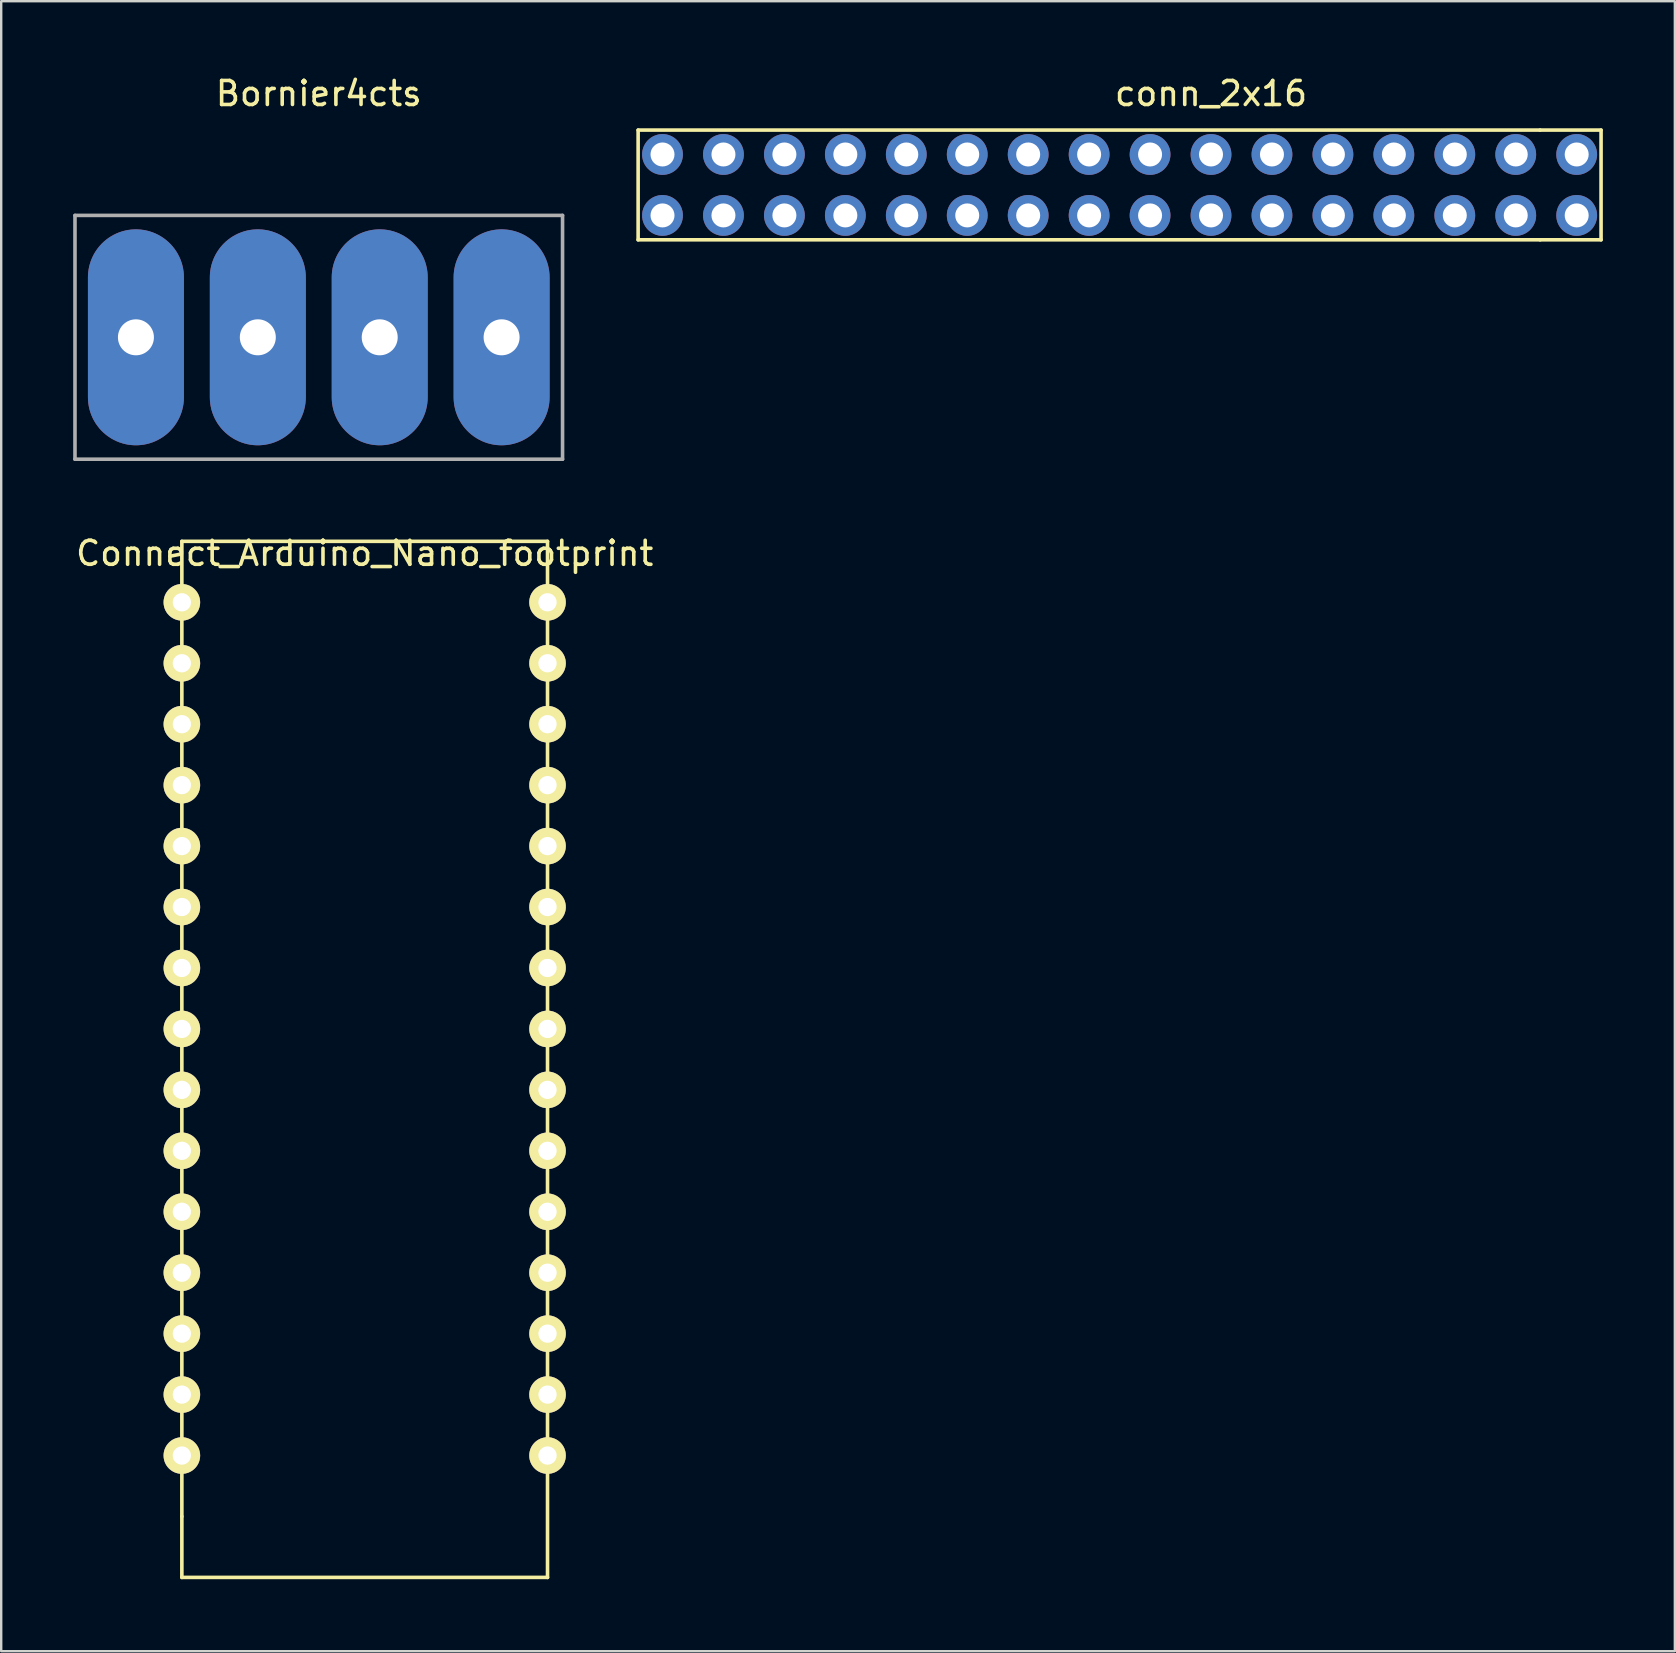
<source format=kicad_pcb>
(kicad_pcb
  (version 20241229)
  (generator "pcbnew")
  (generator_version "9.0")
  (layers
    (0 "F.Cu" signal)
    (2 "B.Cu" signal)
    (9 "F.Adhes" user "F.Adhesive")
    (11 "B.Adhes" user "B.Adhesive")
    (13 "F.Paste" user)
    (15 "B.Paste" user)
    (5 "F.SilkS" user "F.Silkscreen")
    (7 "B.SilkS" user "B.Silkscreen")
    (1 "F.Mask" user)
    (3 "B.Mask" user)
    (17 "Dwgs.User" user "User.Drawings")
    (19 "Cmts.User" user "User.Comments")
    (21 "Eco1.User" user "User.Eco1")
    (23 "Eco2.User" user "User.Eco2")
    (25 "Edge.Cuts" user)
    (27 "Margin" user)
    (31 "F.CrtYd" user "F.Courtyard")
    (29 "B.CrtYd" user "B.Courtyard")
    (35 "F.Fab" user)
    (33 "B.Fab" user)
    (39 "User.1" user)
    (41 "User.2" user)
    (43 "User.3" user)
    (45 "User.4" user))
  (footprint "Connect_Arduino_Nano_footprint"
    (layer "F.Cu")
    (at 12.149 19.512)
    (property "Reference" "Connect_Arduino_Nano_footprint" (at 0 0.5 0) (layer "F.SilkS") (effects (font (size 1 1) (thickness 0.15))))
    (attr through_hole)
    (fp_line (start -7.62 0) (end 7.62 0) (stroke (width 0.15) (type solid)) (layer "F.SilkS"))
    (fp_line (start -7.62 40.64) (end -7.62 0) (stroke (width 0.15) (type solid)) (layer "F.SilkS"))
    (fp_line (start -7.62 43.18) (end -7.62 40.64) (stroke (width 0.15) (type solid)) (layer "F.SilkS"))
    (fp_line (start 7.62 0) (end 7.62 43.18) (stroke (width 0.15) (type solid)) (layer "F.SilkS"))
    (fp_line (start 7.62 43.18) (end -7.62 43.18) (stroke (width 0.15) (type solid)) (layer "F.SilkS"))
    (pad "1" thru_hole circle (at -7.62 2.54) (size 1.524 1.524) (drill 0.762) (layers "*.Cu" "*.Mask" "F.SilkS"))
    (pad "2" thru_hole circle (at -7.62 5.08) (size 1.524 1.524) (drill 0.762) (layers "*.Cu" "*.Mask" "F.SilkS"))
    (pad "3" thru_hole circle (at -7.62 7.62) (size 1.524 1.524) (drill 0.762) (layers "*.Cu" "*.Mask" "F.SilkS"))
    (pad "4" thru_hole circle (at -7.62 10.16) (size 1.524 1.524) (drill 0.762) (layers "*.Cu" "*.Mask" "F.SilkS"))
    (pad "5" thru_hole circle (at -7.62 12.7) (size 1.524 1.524) (drill 0.762) (layers "*.Cu" "*.Mask" "F.SilkS"))
    (pad "6" thru_hole circle (at -7.62 15.24) (size 1.524 1.524) (drill 0.762) (layers "*.Cu" "*.Mask" "F.SilkS"))
    (pad "7" thru_hole circle (at -7.62 17.78) (size 1.524 1.524) (drill 0.762) (layers "*.Cu" "*.Mask" "F.SilkS"))
    (pad "8" thru_hole circle (at -7.62 20.32) (size 1.524 1.524) (drill 0.762) (layers "*.Cu" "*.Mask" "F.SilkS"))
    (pad "9" thru_hole circle (at -7.62 22.86) (size 1.524 1.524) (drill 0.762) (layers "*.Cu" "*.Mask" "F.SilkS"))
    (pad "10" thru_hole circle (at -7.62 25.4) (size 1.524 1.524) (drill 0.762) (layers "*.Cu" "*.Mask" "F.SilkS"))
    (pad "11" thru_hole circle (at -7.62 27.94) (size 1.524 1.524) (drill 0.762) (layers "*.Cu" "*.Mask" "F.SilkS"))
    (pad "12" thru_hole circle (at -7.62 30.48) (size 1.524 1.524) (drill 0.762) (layers "*.Cu" "*.Mask" "F.SilkS"))
    (pad "13" thru_hole circle (at -7.62 33.02) (size 1.524 1.524) (drill 0.762) (layers "*.Cu" "*.Mask" "F.SilkS"))
    (pad "14" thru_hole circle (at -7.62 35.56) (size 1.524 1.524) (drill 0.762) (layers "*.Cu" "*.Mask" "F.SilkS"))
    (pad "15" thru_hole circle (at -7.62 38.1) (size 1.524 1.524) (drill 0.762) (layers "*.Cu" "*.Mask" "F.SilkS"))
    (pad "18" thru_hole circle (at 7.62 38.1) (size 1.524 1.524) (drill 0.762) (layers "*.Cu" "*.Mask" "F.SilkS"))
    (pad "19" thru_hole circle (at 7.62 35.56) (size 1.524 1.524) (drill 0.762) (layers "*.Cu" "*.Mask" "F.SilkS"))
    (pad "20" thru_hole circle (at 7.62 33.02) (size 1.524 1.524) (drill 0.762) (layers "*.Cu" "*.Mask" "F.SilkS"))
    (pad "21" thru_hole circle (at 7.62 30.48) (size 1.524 1.524) (drill 0.762) (layers "*.Cu" "*.Mask" "F.SilkS"))
    (pad "22" thru_hole circle (at 7.62 27.94) (size 1.524 1.524) (drill 0.762) (layers "*.Cu" "*.Mask" "F.SilkS"))
    (pad "23" thru_hole circle (at 7.62 25.4) (size 1.524 1.524) (drill 0.762) (layers "*.Cu" "*.Mask" "F.SilkS"))
    (pad "24" thru_hole circle (at 7.62 22.86) (size 1.524 1.524) (drill 0.762) (layers "*.Cu" "*.Mask" "F.SilkS"))
    (pad "25" thru_hole circle (at 7.62 20.32) (size 1.524 1.524) (drill 0.762) (layers "*.Cu" "*.Mask" "F.SilkS"))
    (pad "26" thru_hole circle (at 7.62 17.78) (size 1.524 1.524) (drill 0.762) (layers "*.Cu" "*.Mask" "F.SilkS"))
    (pad "27" thru_hole circle (at 7.62 15.24) (size 1.524 1.524) (drill 0.762) (layers "*.Cu" "*.Mask" "F.SilkS"))
    (pad "28" thru_hole circle (at 7.62 12.7) (size 1.524 1.524) (drill 0.762) (layers "*.Cu" "*.Mask" "F.SilkS"))
    (pad "29" thru_hole circle (at 7.62 10.16) (size 1.524 1.524) (drill 0.762) (layers "*.Cu" "*.Mask" "F.SilkS"))
    (pad "30" thru_hole circle (at 7.62 7.62) (size 1.524 1.524) (drill 0.762) (layers "*.Cu" "*.Mask" "F.SilkS"))
    (pad "31" thru_hole circle (at 7.62 5.08) (size 1.524 1.524) (drill 0.762) (layers "*.Cu" "*.Mask" "F.SilkS"))
    (pad "32" thru_hole circle (at 7.62 2.54) (size 1.524 1.524) (drill 0.762) (layers "*.Cu" "*.Mask" "F.SilkS")))
  (footprint "conn_2x16"
    (layer "F.Cu")
    (at 44.881 5.928)
    (property "Reference" "conn_2x16" (at 2.54 -5.08 0) (layer "F.SilkS") (effects (font (size 1 1) (thickness 0.15))))
    (attr through_hole)
    (fp_line (start -21.336 -3.556) (end 16.256 -3.556) (stroke (width 0.15) (type solid)) (layer "F.SilkS"))
    (fp_line (start -21.336 1.016) (end -21.336 -3.556) (stroke (width 0.15) (type solid)) (layer "F.SilkS"))
    (fp_line (start 16.256 -3.556) (end 18.796 -3.556) (stroke (width 0.15) (type solid)) (layer "F.SilkS"))
    (fp_line (start 16.256 1.016) (end -21.336 1.016) (stroke (width 0.15) (type solid)) (layer "F.SilkS"))
    (fp_line (start 18.796 -3.556) (end 18.796 1.016) (stroke (width 0.15) (type solid)) (layer "F.SilkS"))
    (fp_line (start 18.796 1.016) (end 16.256 1.016) (stroke (width 0.15) (type solid)) (layer "F.SilkS"))
    (pad "1" thru_hole circle (at -20.32 -2.54) (size 1.7 1.7) (drill 1) (layers "*.Cu" "*.Mask"))
    (pad "2" thru_hole circle (at -20.32 0) (size 1.7 1.7) (drill 1) (layers "*.Cu" "*.Mask"))
    (pad "3" thru_hole circle (at -17.78 -2.54) (size 1.7 1.7) (drill 1) (layers "*.Cu" "*.Mask"))
    (pad "4" thru_hole circle (at -17.78 0) (size 1.7 1.7) (drill 1) (layers "*.Cu" "*.Mask"))
    (pad "5" thru_hole circle (at -15.24 -2.54) (size 1.7 1.7) (drill 1) (layers "*.Cu" "*.Mask"))
    (pad "6" thru_hole circle (at -15.24 0) (size 1.7 1.7) (drill 1) (layers "*.Cu" "*.Mask"))
    (pad "7" thru_hole circle (at -12.7 -2.54) (size 1.7 1.7) (drill 1) (layers "*.Cu" "*.Mask"))
    (pad "8" thru_hole circle (at -12.7 0) (size 1.7 1.7) (drill 1) (layers "*.Cu" "*.Mask"))
    (pad "9" thru_hole circle (at -10.16 -2.54) (size 1.7 1.7) (drill 1) (layers "*.Cu" "*.Mask"))
    (pad "10" thru_hole circle (at -10.16 0) (size 1.7 1.7) (drill 1) (layers "*.Cu" "*.Mask"))
    (pad "11" thru_hole circle (at -7.62 -2.54) (size 1.7 1.7) (drill 1) (layers "*.Cu" "*.Mask"))
    (pad "12" thru_hole circle (at -7.62 0) (size 1.7 1.7) (drill 1) (layers "*.Cu" "*.Mask"))
    (pad "13" thru_hole circle (at -5.08 -2.54) (size 1.7 1.7) (drill 1) (layers "*.Cu" "*.Mask"))
    (pad "14" thru_hole circle (at -5.08 0) (size 1.7 1.7) (drill 1) (layers "*.Cu" "*.Mask"))
    (pad "15" thru_hole circle (at -2.54 -2.54) (size 1.7 1.7) (drill 1) (layers "*.Cu" "*.Mask"))
    (pad "16" thru_hole circle (at -2.54 0) (size 1.7 1.7) (drill 1) (layers "*.Cu" "*.Mask"))
    (pad "17" thru_hole circle (at 0 -2.54) (size 1.7 1.7) (drill 1) (layers "*.Cu" "*.Mask"))
    (pad "18" thru_hole circle (at 0 0) (size 1.7 1.7) (drill 1) (layers "*.Cu" "*.Mask"))
    (pad "19" thru_hole circle (at 2.54 -2.54) (size 1.7 1.7) (drill 1) (layers "*.Cu" "*.Mask"))
    (pad "20" thru_hole circle (at 2.54 0) (size 1.7 1.7) (drill 1) (layers "*.Cu" "*.Mask"))
    (pad "21" thru_hole circle (at 5.08 -2.54) (size 1.7 1.7) (drill 1) (layers "*.Cu" "*.Mask"))
    (pad "22" thru_hole circle (at 5.08 0) (size 1.7 1.7) (drill 1) (layers "*.Cu" "*.Mask"))
    (pad "23" thru_hole circle (at 7.62 -2.54) (size 1.7 1.7) (drill 1) (layers "*.Cu" "*.Mask"))
    (pad "24" thru_hole circle (at 7.62 0) (size 1.7 1.7) (drill 1) (layers "*.Cu" "*.Mask"))
    (pad "25" thru_hole circle (at 10.16 -2.54) (size 1.7 1.7) (drill 1) (layers "*.Cu" "*.Mask"))
    (pad "26" thru_hole circle (at 10.16 0) (size 1.7 1.7) (drill 1) (layers "*.Cu" "*.Mask"))
    (pad "27" thru_hole circle (at 12.7 -2.54) (size 1.7 1.7) (drill 1) (layers "*.Cu" "*.Mask"))
    (pad "28" thru_hole circle (at 12.7 0) (size 1.7 1.7) (drill 1) (layers "*.Cu" "*.Mask"))
    (pad "29" thru_hole circle (at 15.24 -2.54) (size 1.7 1.7) (drill 1) (layers "*.Cu" "*.Mask"))
    (pad "30" thru_hole circle (at 15.24 0) (size 1.7 1.7) (drill 1) (layers "*.Cu" "*.Mask"))
    (pad "31" thru_hole circle (at 17.78 -2.54) (size 1.7 1.7) (drill 1) (layers "*.Cu" "*.Mask"))
    (pad "32" thru_hole circle (at 17.78 0) (size 1.7 1.7) (drill 1) (layers "*.Cu" "*.Mask")))
  (footprint "Bornier4cts"
    (layer "F.Cu")
    (at 2.615 11.008)
    (property "Reference" "Bornier4cts" (at 7.62 -10.16 0) (layer "F.SilkS") (effects (font (size 1 1) (thickness 0.15))))
    (attr through_hole)
    (fp_line (start -2.54 -5.08) (end 17.78 -5.08) (stroke (width 0.15) (type solid)) (layer "F.Fab"))
    (fp_line (start -2.54 5.08) (end -2.54 -5.08) (stroke (width 0.15) (type solid)) (layer "F.Fab"))
    (fp_line (start 17.78 -5.08) (end 17.78 5.08) (stroke (width 0.15) (type solid)) (layer "F.Fab"))
    (fp_line (start 17.78 5.08) (end -2.54 5.08) (stroke (width 0.15) (type solid)) (layer "F.Fab"))
    (pad "1" thru_hole oval (at 0 0) (size 4 9) (drill 1.5) (layers "*.Cu" "*.Mask"))
    (pad "2" thru_hole oval (at 5.08 0) (size 4 9) (drill 1.5) (layers "*.Cu" "*.Mask"))
    (pad "3" thru_hole oval (at 10.16 0) (size 4 9) (drill 1.5) (layers "*.Cu" "*.Mask"))
    (pad "4" thru_hole oval (at 15.24 0) (size 4 9) (drill 1.5) (layers "*.Cu" "*.Mask")))
  (gr_rect
    (start -3 -3)
    (end 66.752 65.766)
    (stroke (width 0.1) (type default))
    (fill no)
    (layer "Edge.Cuts")))
</source>
